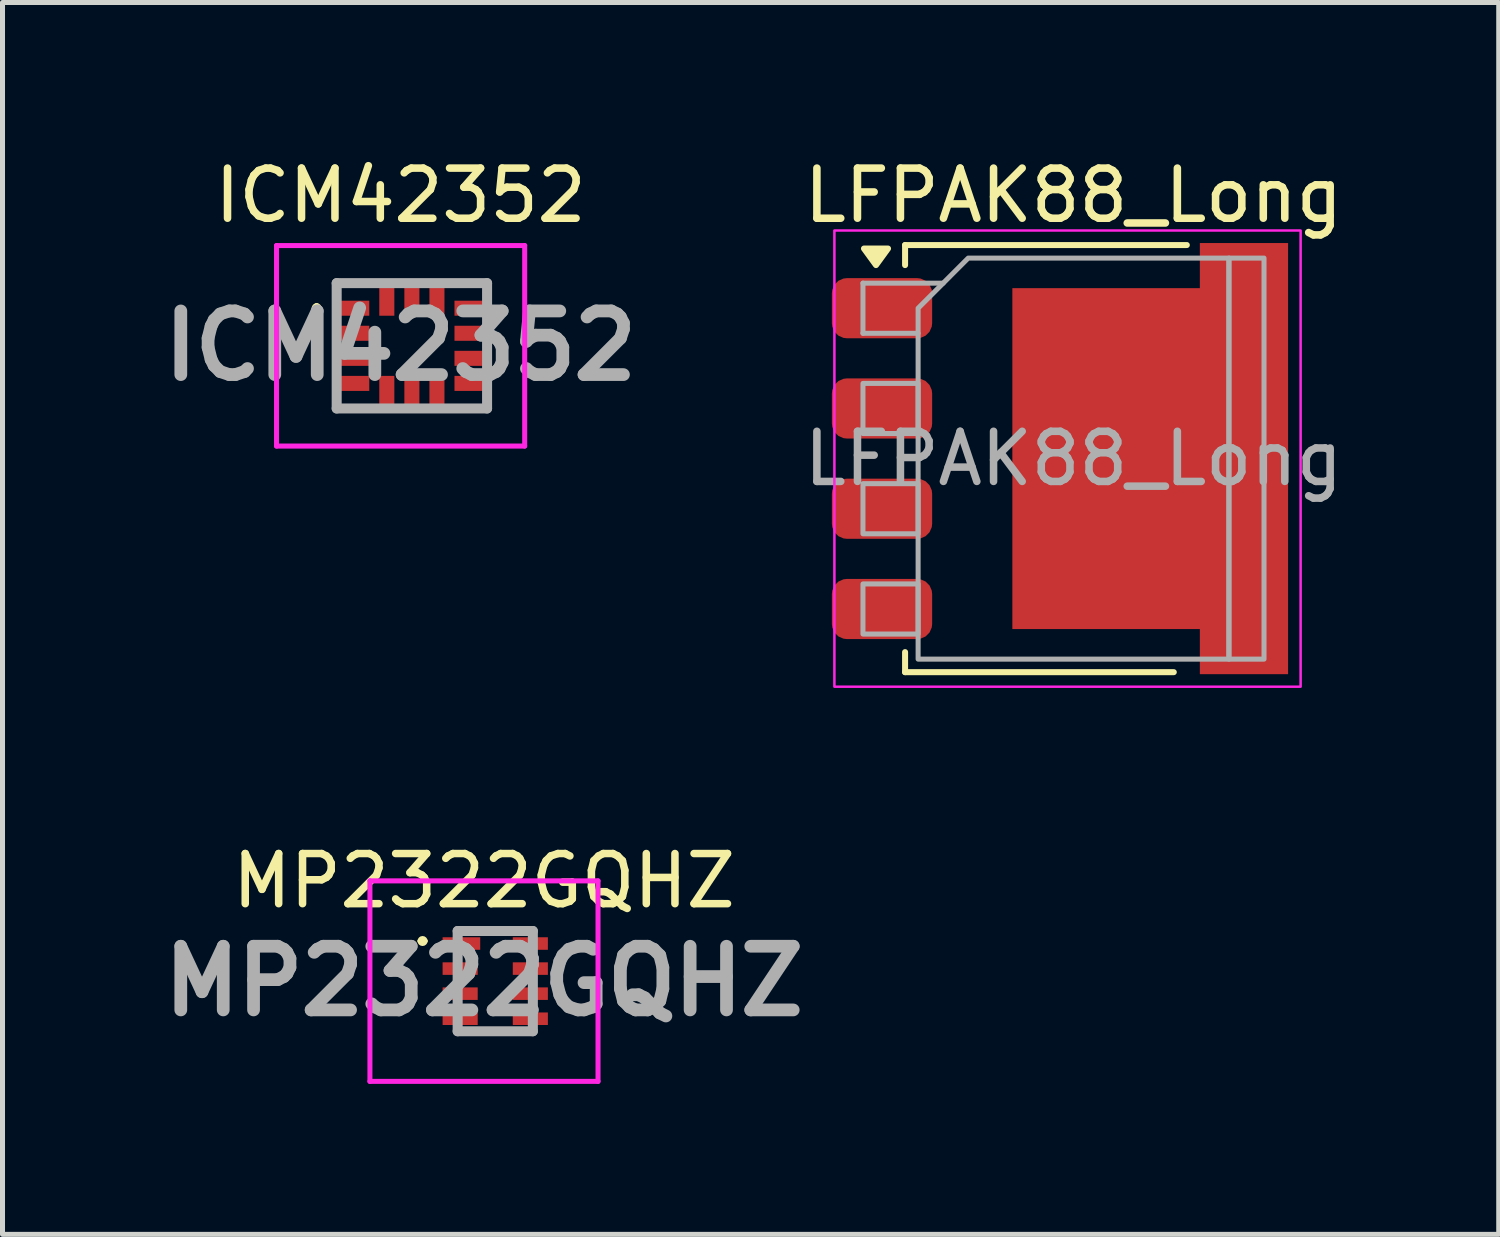
<source format=kicad_pcb>
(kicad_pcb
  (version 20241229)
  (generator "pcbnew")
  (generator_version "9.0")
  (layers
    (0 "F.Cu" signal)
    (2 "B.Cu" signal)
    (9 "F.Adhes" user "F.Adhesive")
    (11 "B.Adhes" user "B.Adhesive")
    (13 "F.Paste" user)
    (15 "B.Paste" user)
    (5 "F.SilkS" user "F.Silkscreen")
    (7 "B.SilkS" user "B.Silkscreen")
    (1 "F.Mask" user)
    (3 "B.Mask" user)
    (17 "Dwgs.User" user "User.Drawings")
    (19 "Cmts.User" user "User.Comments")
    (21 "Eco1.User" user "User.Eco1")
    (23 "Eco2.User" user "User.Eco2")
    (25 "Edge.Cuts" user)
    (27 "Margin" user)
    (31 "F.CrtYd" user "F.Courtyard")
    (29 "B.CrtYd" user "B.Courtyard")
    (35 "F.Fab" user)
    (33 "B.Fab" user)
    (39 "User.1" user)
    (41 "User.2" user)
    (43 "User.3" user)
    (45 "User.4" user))
  (footprint "LFPAK88_Long"
    (layer "F.Cu")
    (at 18.364 6.098)
    (property "Reference" "LFPAK88_Long" (at 0 -5.25 0) (layer "F.SilkS") (effects (font (size 1 1) (thickness 0.15))))
    (attr smd)
    (fp_line (start -3.36 -4.26) (end -3.36 -3.86) (stroke (width 0.12) (type default)) (layer "F.SilkS"))
    (fp_line (start -3.36 -4.26) (end 2.26 -4.26) (stroke (width 0.12) (type solid)) (layer "F.SilkS"))
    (fp_line (start -3.36 3.86) (end -3.36 4.26) (stroke (width 0.12) (type default)) (layer "F.SilkS"))
    (fp_line (start -3.36 4.26) (end 2 4.26) (stroke (width 0.12) (type solid)) (layer "F.SilkS"))
    (fp_poly (pts (xy -3.94 -3.86) (xy -3.7 -4.19) (xy -4.18 -4.19) (xy -3.94 -3.86)) (stroke (width 0.12) (type solid)) (fill yes) (layer "F.SilkS"))
    (fp_rect (start -4.77 -4.55) (end 4.53 4.55) (stroke (width 0.05) (type default)) (fill no) (layer "F.CrtYd"))
    (fp_line (start -4.2 -3.5) (end -4.2 -2.5) (stroke (width 0.1) (type default)) (layer "F.Fab"))
    (fp_line (start -4.2 -3.5) (end -2.6 -3.5) (stroke (width 0.1) (type default)) (layer "F.Fab"))
    (fp_line (start -4.2 -2.5) (end -3.1 -2.5) (stroke (width 0.1) (type default)) (layer "F.Fab"))
    (fp_rect (start -4.2 -1.5) (end -3.1 -0.5) (stroke (width 0.1) (type default)) (fill no) (layer "F.Fab"))
    (fp_rect (start -4.2 0.5) (end -3.1 1.5) (stroke (width 0.1) (type default)) (fill no) (layer "F.Fab"))
    (fp_rect (start -4.2 2.5) (end -3.1 3.5) (stroke (width 0.1) (type default)) (fill no) (layer "F.Fab"))
    (fp_rect (start 3.1 -4) (end 3.8 4) (stroke (width 0.1) (type default)) (fill no) (layer "F.Fab"))
    (fp_poly (pts (xy -3.1 -3) (xy -2.1 -4) (xy 3.1 -4) (xy 3.1 4) (xy -3.1 4)) (stroke (width 0.1) (type solid)) (fill no) (layer "F.Fab"))
    (fp_text user "${REFERENCE}" (at 0 0 0) (layer "F.Fab") (effects (font (size 1 1) (thickness 0.15))))
    (pad "1" smd roundrect (at -3.82 -3) (size 2 1.2) (layers "F.Cu" "F.Mask" "F.Paste") (roundrect_rratio 0.25))
    (pad "2" smd roundrect (at -3.82 -1) (size 2 1.2) (layers "F.Cu" "F.Mask" "F.Paste") (roundrect_rratio 0.25))
    (pad "3" smd roundrect (at -3.82 1) (size 2 1.2) (layers "F.Cu" "F.Mask" "F.Paste") (roundrect_rratio 0.25))
    (pad "4" smd roundrect (at -3.82 3) (size 2 1.2) (layers "F.Cu" "F.Mask" "F.Paste") (roundrect_rratio 0.25))
    (pad "5" smd roundrect (at -0.55 -2.25) (size 1.15 2.05) (layers "F.Cu" "F.Paste") (roundrect_rratio 0.25))
    (pad "5" smd roundrect (at -0.55 0) (size 1.15 2.05) (layers "F.Cu" "F.Paste") (roundrect_rratio 0.25))
    (pad "5" smd roundrect (at -0.55 2.25) (size 1.15 2.05) (layers "F.Cu" "F.Paste") (roundrect_rratio 0.25))
    (pad "5" smd custom (at 0.65 0) (size 3.74 6.8) (layers "F.Cu" "F.Mask") (options (anchor rect)) (primitives (gr_poly (pts (xy 1.87 3.4) (xy 1.87 4.3) (xy 3.63 4.3) (xy 3.63 -4.3) (xy 1.87 -4.3) (xy 1.87 -3.4)) (width 0) (fill yes))))
    (pad "5" smd roundrect (at 0.8 -2.25) (size 1.15 2.05) (layers "F.Cu" "F.Paste") (roundrect_rratio 0.25))
    (pad "5" smd roundrect (at 0.8 0) (size 1.15 2.05) (layers "F.Cu" "F.Paste") (roundrect_rratio 0.25))
    (pad "5" smd roundrect (at 0.8 2.25) (size 1.15 2.05) (layers "F.Cu" "F.Paste") (roundrect_rratio 0.25))
    (pad "5" smd roundrect (at 2.15 -2.25) (size 1.15 2.05) (layers "F.Cu" "F.Paste") (roundrect_rratio 0.25))
    (pad "5" smd roundrect (at 2.15 0) (size 1.15 2.05) (layers "F.Cu" "F.Paste") (roundrect_rratio 0.25))
    (pad "5" smd roundrect (at 2.15 2.25) (size 1.15 2.05) (layers "F.Cu" "F.Paste") (roundrect_rratio 0.25))
    (pad "5" smd roundrect (at 3.55 -3.55) (size 1.25 1.2) (layers "F.Cu" "F.Paste") (roundrect_rratio 0.25))
    (pad "5" smd roundrect (at 3.55 0) (size 1.25 0.7) (layers "F.Cu" "F.Paste") (roundrect_rratio 0.25))
    (pad "5" smd roundrect (at 3.55 3.55) (size 1.25 1.2) (layers "F.Cu" "F.Paste") (roundrect_rratio 0.25))
    (pad "5" smd roundrect (at 3.825 -1.7) (size 0.7 2.1) (layers "F.Cu" "F.Paste") (roundrect_rratio 0.25))
    (pad "5" smd roundrect (at 3.825 1.7) (size 0.7 2.1) (layers "F.Cu" "F.Paste") (roundrect_rratio 0.25)))
  (footprint "ICM42352"
    (layer "F.Cu")
    (at 5.166 3.848)
    (property "Reference" "ICM42352" (at -0.225 -3 0) (layer "F.SilkS") (effects (font (size 1 1) (thickness 0.15))))
    (attr smd)
    (fp_line (start -1.9 -0.8) (end -1.9 -0.8) (stroke (width 0.1) (type solid)) (layer "F.SilkS"))
    (fp_line (start -1.9 -0.7) (end -1.9 -0.7) (stroke (width 0.1) (type solid)) (layer "F.SilkS"))
    (fp_line (start -1.5 -1.25) (end -0.8 -1.25) (stroke (width 0.1) (type solid)) (layer "F.SilkS"))
    (fp_line (start -1.5 -1) (end -1.5 -1.25) (stroke (width 0.1) (type solid)) (layer "F.SilkS"))
    (fp_line (start -1.5 1.1) (end -1.5 1.25) (stroke (width 0.1) (type solid)) (layer "F.SilkS"))
    (fp_line (start -1.5 1.25) (end -0.8 1.25) (stroke (width 0.1) (type solid)) (layer "F.SilkS"))
    (fp_line (start 0.8 -1.25) (end 1.5 -1.25) (stroke (width 0.1) (type solid)) (layer "F.SilkS"))
    (fp_line (start 0.8 1.25) (end 1.5 1.25) (stroke (width 0.1) (type solid)) (layer "F.SilkS"))
    (fp_line (start 1.5 -1.25) (end 1.5 -1) (stroke (width 0.1) (type solid)) (layer "F.SilkS"))
    (fp_line (start 1.5 1.25) (end 1.5 1) (stroke (width 0.1) (type solid)) (layer "F.SilkS"))
    (fp_arc (start -1.9 -0.8) (mid -1.85 -0.75) (end -1.9 -0.7) (stroke (width 0.1) (type solid)) (layer "F.SilkS"))
    (fp_arc (start -1.9 -0.7) (mid -1.95 -0.75) (end -1.9 -0.8) (stroke (width 0.1) (type solid)) (layer "F.SilkS"))
    (fp_line (start -2.7 -2) (end 2.25 -2) (stroke (width 0.1) (type solid)) (layer "F.CrtYd"))
    (fp_line (start -2.7 2) (end -2.7 -2) (stroke (width 0.1) (type solid)) (layer "F.CrtYd"))
    (fp_line (start 2.25 -2) (end 2.25 2) (stroke (width 0.1) (type solid)) (layer "F.CrtYd"))
    (fp_line (start 2.25 2) (end -2.7 2) (stroke (width 0.1) (type solid)) (layer "F.CrtYd"))
    (fp_line (start -1.5 -1.25) (end 1.5 -1.25) (stroke (width 0.2) (type solid)) (layer "F.Fab"))
    (fp_line (start -1.5 1.25) (end -1.5 -1.25) (stroke (width 0.2) (type solid)) (layer "F.Fab"))
    (fp_line (start 1.5 -1.25) (end 1.5 1.25) (stroke (width 0.2) (type solid)) (layer "F.Fab"))
    (fp_line (start 1.5 1.25) (end -1.5 1.25) (stroke (width 0.2) (type solid)) (layer "F.Fab"))
    (fp_text user "${REFERENCE}" (at -0.225 0 0) (layer "F.Fab") (effects (font (size 1.27 1.27) (thickness 0.254))))
    (pad "1" smd rect (at -1.15 -0.75 90) (size 0.3 0.6) (layers "F.Cu" "F.Mask" "F.Paste"))
    (pad "2" smd rect (at -1.15 -0.25 90) (size 0.3 0.6) (layers "F.Cu" "F.Mask" "F.Paste"))
    (pad "3" smd rect (at -1.15 0.25 90) (size 0.3 0.6) (layers "F.Cu" "F.Mask" "F.Paste"))
    (pad "4" smd rect (at -1.15 0.75 90) (size 0.3 0.6) (layers "F.Cu" "F.Mask" "F.Paste"))
    (pad "5" smd rect (at -0.5 0.9) (size 0.3 0.6) (layers "F.Cu" "F.Mask" "F.Paste"))
    (pad "6" smd rect (at 0 0.9) (size 0.3 0.6) (layers "F.Cu" "F.Mask" "F.Paste"))
    (pad "7" smd rect (at 0.5 0.9) (size 0.3 0.6) (layers "F.Cu" "F.Mask" "F.Paste"))
    (pad "8" smd rect (at 1.15 0.75 90) (size 0.3 0.6) (layers "F.Cu" "F.Mask" "F.Paste"))
    (pad "9" smd rect (at 1.15 0.25 90) (size 0.3 0.6) (layers "F.Cu" "F.Mask" "F.Paste"))
    (pad "10" smd rect (at 1.15 -0.25 90) (size 0.3 0.6) (layers "F.Cu" "F.Mask" "F.Paste"))
    (pad "11" smd rect (at 1.15 -0.75 90) (size 0.3 0.6) (layers "F.Cu" "F.Mask" "F.Paste"))
    (pad "12" smd rect (at 0.5 -0.9) (size 0.3 0.6) (layers "F.Cu" "F.Mask" "F.Paste"))
    (pad "13" smd rect (at 0 -0.9) (size 0.3 0.6) (layers "F.Cu" "F.Mask" "F.Paste"))
    (pad "14" smd rect (at -0.5 -0.9) (size 0.3 0.6) (layers "F.Cu" "F.Mask" "F.Paste")))
  (footprint "MP2322GQHZ"
    (layer "F.Cu")
    (at 6.829 16.521)
    (property "Reference" "MP2322GQHZ" (at -0.225 -2 0) (layer "F.SilkS") (effects (font (size 1 1) (thickness 0.15))))
    (attr smd)
    (fp_line (start -1.5 -0.8) (end -1.5 -0.8) (stroke (width 0.1) (type solid)) (layer "F.SilkS"))
    (fp_line (start -1.4 -0.8) (end -1.4 -0.8) (stroke (width 0.1) (type solid)) (layer "F.SilkS"))
    (fp_line (start -0.6 -1) (end 0.7 -1) (stroke (width 0.1) (type solid)) (layer "F.SilkS"))
    (fp_line (start -0.6 1) (end 0.6 1) (stroke (width 0.1) (type solid)) (layer "F.SilkS"))
    (fp_arc (start -1.5 -0.8) (mid -1.45 -0.85) (end -1.4 -0.8) (stroke (width 0.1) (type solid)) (layer "F.SilkS"))
    (fp_arc (start -1.4 -0.8) (mid -1.45 -0.75) (end -1.5 -0.8) (stroke (width 0.1) (type solid)) (layer "F.SilkS"))
    (fp_line (start -2.5 -2) (end 2.05 -2) (stroke (width 0.1) (type solid)) (layer "F.CrtYd"))
    (fp_line (start -2.5 2) (end -2.5 -2) (stroke (width 0.1) (type solid)) (layer "F.CrtYd"))
    (fp_line (start 2.05 -2) (end 2.05 2) (stroke (width 0.1) (type solid)) (layer "F.CrtYd"))
    (fp_line (start 2.05 2) (end -2.5 2) (stroke (width 0.1) (type solid)) (layer "F.CrtYd"))
    (fp_line (start -0.75 -1) (end 0.75 -1) (stroke (width 0.2) (type solid)) (layer "F.Fab"))
    (fp_line (start -0.75 1) (end -0.75 -1) (stroke (width 0.2) (type solid)) (layer "F.Fab"))
    (fp_line (start 0.75 -1) (end 0.75 1) (stroke (width 0.2) (type solid)) (layer "F.Fab"))
    (fp_line (start 0.75 1) (end -0.75 1) (stroke (width 0.2) (type solid)) (layer "F.Fab"))
    (fp_text user "${REFERENCE}" (at -0.225 0 0) (layer "F.Fab") (effects (font (size 1.27 1.27) (thickness 0.254))))
    (pad "1" smd rect (at -0.675 -0.75 90) (size 0.25 0.75) (layers "F.Cu" "F.Mask" "F.Paste"))
    (pad "2" smd rect (at -0.7 -0.25 90) (size 0.25 0.7) (layers "F.Cu" "F.Mask" "F.Paste"))
    (pad "3" smd rect (at -0.7 0.25 90) (size 0.25 0.7) (layers "F.Cu" "F.Mask" "F.Paste"))
    (pad "4" smd rect (at -0.7 0.75 90) (size 0.25 0.7) (layers "F.Cu" "F.Mask" "F.Paste"))
    (pad "5" smd rect (at 0.7 0.75 90) (size 0.25 0.7) (layers "F.Cu" "F.Mask" "F.Paste"))
    (pad "6" smd rect (at 0.7 0.25 90) (size 0.25 0.7) (layers "F.Cu" "F.Mask" "F.Paste"))
    (pad "7" smd rect (at 0.7 -0.25 90) (size 0.25 0.7) (layers "F.Cu" "F.Mask" "F.Paste"))
    (pad "8" smd rect (at 0.7 -0.75 90) (size 0.25 0.7) (layers "F.Cu" "F.Mask" "F.Paste")))
  (gr_rect
    (start -3 -3)
    (end 26.846 21.572)
    (stroke (width 0.1) (type default))
    (fill no)
    (layer "Edge.Cuts")))
</source>
